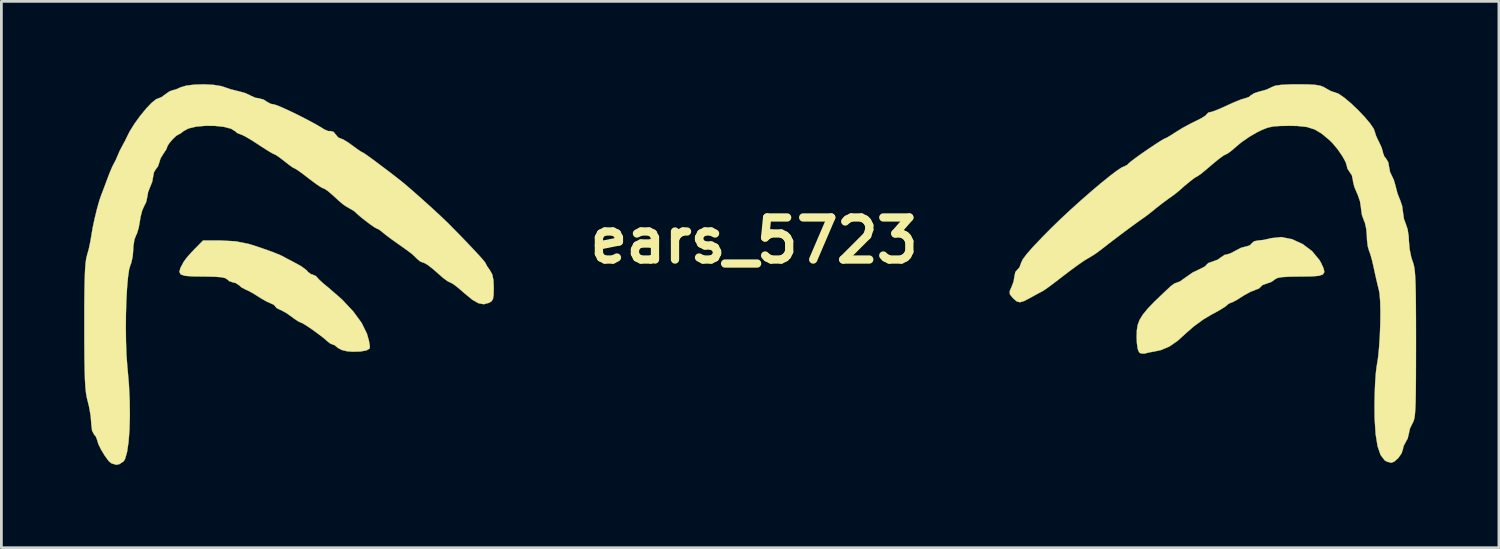
<source format=kicad_pcb>
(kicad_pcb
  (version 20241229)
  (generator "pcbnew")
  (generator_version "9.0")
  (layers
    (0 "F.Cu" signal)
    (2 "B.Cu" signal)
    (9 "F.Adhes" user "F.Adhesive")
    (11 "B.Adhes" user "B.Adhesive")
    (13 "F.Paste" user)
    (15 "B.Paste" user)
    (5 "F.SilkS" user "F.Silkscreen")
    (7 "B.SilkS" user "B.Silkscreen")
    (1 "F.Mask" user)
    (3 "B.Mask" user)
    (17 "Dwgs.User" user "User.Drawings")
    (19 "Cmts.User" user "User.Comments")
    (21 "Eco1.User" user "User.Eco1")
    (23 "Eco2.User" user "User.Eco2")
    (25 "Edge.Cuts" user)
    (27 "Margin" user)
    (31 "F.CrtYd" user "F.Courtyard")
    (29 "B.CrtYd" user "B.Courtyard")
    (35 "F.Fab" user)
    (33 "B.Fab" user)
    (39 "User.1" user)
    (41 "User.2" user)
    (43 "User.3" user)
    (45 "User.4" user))
  (footprint "ears_5723"
    (layer "F.Cu")
    (at 24.277 5.665)
    (property "Reference" "ears_5723" (at 0 0 0) (layer "F.SilkS") (effects (font (size 1.524 1.524) (thickness 0.3))))
    (attr through_hole)
    (fp_poly (pts (xy -18.792 0.029) (xy -18.325 0.121) (xy -18.221 0.152) (xy -17.766 0.303) (xy -17.399 0.435) (xy -17.142 0.542) (xy -17.054 0.587) (xy -16.914 0.664) (xy -16.728 0.759) (xy -16.728 0.759) (xy -16.406 0.936) (xy -16.212 1.082) (xy -16.162 1.143) (xy -16.047 1.226) (xy -16.002 1.234) (xy -15.877 1.289) (xy -15.842 1.33) (xy -15.757 1.423) (xy -15.595 1.57) (xy -15.421 1.712) (xy -14.933 2.137) (xy -14.528 2.568) (xy -14.222 2.986) (xy -14.033 3.37) (xy -14.028 3.385) (xy -13.959 3.628) (xy -13.925 3.82) (xy -13.931 3.914) (xy -14.045 3.982) (xy -14.263 4.022) (xy -14.545 4.03) (xy -14.745 4.015) (xy -14.945 3.967) (xy -15.087 3.89) (xy -15.098 3.879) (xy -15.209 3.789) (xy -15.261 3.774) (xy -15.369 3.728) (xy -15.452 3.662) (xy -15.591 3.541) (xy -15.788 3.39) (xy -16.005 3.232) (xy -16.208 3.094) (xy -16.361 3.001) (xy -16.422 2.975) (xy -16.515 2.934) (xy -16.673 2.829) (xy -16.754 2.767) (xy -16.952 2.628) (xy -17.133 2.528) (xy -17.181 2.509) (xy -17.308 2.446) (xy -17.345 2.395) (xy -17.405 2.328) (xy -17.508 2.282) (xy -17.665 2.212) (xy -17.875 2.092) (xy -17.973 2.03) (xy -18.18 1.901) (xy -18.361 1.806) (xy -18.42 1.782) (xy -18.585 1.693) (xy -18.653 1.63) (xy -18.792 1.539) (xy -18.869 1.524) (xy -19.021 1.472) (xy -19.086 1.415) (xy -19.163 1.364) (xy -19.307 1.331) (xy -19.544 1.313) (xy -19.898 1.306) (xy -19.968 1.306) (xy -20.364 1.301) (xy -20.63 1.279) (xy -20.779 1.228) (xy -20.828 1.137) (xy -20.789 0.994) (xy -20.679 0.787) (xy -20.662 0.759) (xy -20.563 0.626) (xy -20.401 0.441) (xy -20.271 0.305) (xy -19.969 0) (xy -19.333 0) (xy -18.792 0.029)) (stroke (width 0.01) (type solid)) (fill yes) (layer "F.SilkS"))
    (fp_poly (pts (xy 19.493 -0.047) (xy 19.876 0.128) (xy 20.218 0.385) (xy 20.486 0.708) (xy 20.545 0.812) (xy 20.635 1.007) (xy 20.664 1.142) (xy 20.614 1.23) (xy 20.469 1.279) (xy 20.214 1.301) (xy 19.831 1.306) (xy 19.787 1.306) (xy 19.398 1.311) (xy 19.132 1.327) (xy 18.967 1.357) (xy 18.88 1.403) (xy 18.872 1.41) (xy 18.741 1.502) (xy 18.573 1.561) (xy 18.423 1.614) (xy 18.361 1.674) (xy 18.361 1.674) (xy 18.299 1.737) (xy 18.166 1.788) (xy 17.99 1.858) (xy 17.767 1.979) (xy 17.666 2.043) (xy 17.477 2.162) (xy 17.333 2.237) (xy 17.289 2.25) (xy 17.184 2.299) (xy 17.142 2.341) (xy 17.043 2.416) (xy 16.853 2.533) (xy 16.61 2.666) (xy 16.575 2.683) (xy 16.261 2.872) (xy 15.929 3.115) (xy 15.68 3.333) (xy 15.342 3.639) (xy 15.045 3.843) (xy 14.751 3.967) (xy 14.525 4.018) (xy 14.315 4.056) (xy 14.159 4.095) (xy 14.138 4.102) (xy 14.006 4.09) (xy 13.95 4.051) (xy 13.9 3.929) (xy 13.869 3.7) (xy 13.861 3.48) (xy 13.869 3.255) (xy 13.9 3.06) (xy 13.968 2.877) (xy 14.085 2.686) (xy 14.265 2.467) (xy 14.521 2.202) (xy 14.866 1.872) (xy 15.103 1.651) (xy 15.238 1.554) (xy 15.325 1.524) (xy 15.441 1.479) (xy 15.543 1.403) (xy 15.896 1.157) (xy 16.202 1.011) (xy 16.344 0.935) (xy 16.401 0.87) (xy 16.464 0.814) (xy 16.614 0.763) (xy 16.614 0.763) (xy 16.798 0.695) (xy 16.913 0.612) (xy 17.047 0.522) (xy 17.118 0.508) (xy 17.255 0.469) (xy 17.434 0.375) (xy 17.453 0.363) (xy 17.645 0.264) (xy 17.816 0.219) (xy 17.827 0.218) (xy 17.97 0.173) (xy 18.024 0.109) (xy 18.12 0.028) (xy 18.259 0) (xy 18.458 -0.021) (xy 18.697 -0.074) (xy 18.737 -0.085) (xy 19.102 -0.124) (xy 19.493 -0.047)) (stroke (width 0.01) (type solid)) (fill yes) (layer "F.SilkS"))
    (fp_poly (pts (xy 20.072 -5.656) (xy 20.331 -5.641) (xy 20.51 -5.611) (xy 20.644 -5.56) (xy 20.719 -5.515) (xy 20.892 -5.418) (xy 21.027 -5.371) (xy 21.038 -5.371) (xy 21.18 -5.318) (xy 21.385 -5.176) (xy 21.627 -4.973) (xy 21.881 -4.732) (xy 22.121 -4.48) (xy 22.321 -4.243) (xy 22.455 -4.046) (xy 22.497 -3.925) (xy 22.529 -3.816) (xy 22.609 -3.638) (xy 22.642 -3.575) (xy 22.734 -3.377) (xy 22.784 -3.216) (xy 22.787 -3.185) (xy 22.839 -3.04) (xy 22.896 -2.975) (xy 22.979 -2.838) (xy 23.005 -2.692) (xy 23.043 -2.487) (xy 23.104 -2.357) (xy 23.184 -2.188) (xy 23.247 -1.967) (xy 23.252 -1.944) (xy 23.315 -1.701) (xy 23.402 -1.481) (xy 23.407 -1.473) (xy 23.483 -1.252) (xy 23.515 -1.016) (xy 23.548 -0.783) (xy 23.622 -0.581) (xy 23.681 -0.406) (xy 23.72 -0.155) (xy 23.728 0.017) (xy 23.754 0.316) (xy 23.815 0.614) (xy 23.858 0.742) (xy 23.891 0.836) (xy 23.918 0.949) (xy 23.94 1.097) (xy 23.956 1.294) (xy 23.968 1.555) (xy 23.976 1.897) (xy 23.981 2.335) (xy 23.984 2.883) (xy 23.985 3.558) (xy 23.985 3.741) (xy 23.984 4.443) (xy 23.982 5.015) (xy 23.978 5.47) (xy 23.972 5.825) (xy 23.962 6.094) (xy 23.947 6.29) (xy 23.929 6.429) (xy 23.904 6.526) (xy 23.874 6.596) (xy 23.858 6.623) (xy 23.765 6.815) (xy 23.729 6.982) (xy 23.683 7.175) (xy 23.62 7.289) (xy 23.535 7.449) (xy 23.513 7.552) (xy 23.463 7.712) (xy 23.343 7.883) (xy 23.196 8.014) (xy 23.086 8.055) (xy 22.924 8.011) (xy 22.848 7.965) (xy 22.702 7.772) (xy 22.593 7.457) (xy 22.522 7.015) (xy 22.485 6.44) (xy 22.481 5.987) (xy 22.488 5.57) (xy 22.504 5.173) (xy 22.527 4.833) (xy 22.555 4.589) (xy 22.564 4.536) (xy 22.61 4.247) (xy 22.647 3.872) (xy 22.675 3.445) (xy 22.691 3.002) (xy 22.695 2.577) (xy 22.687 2.206) (xy 22.664 1.924) (xy 22.644 1.814) (xy 22.583 1.565) (xy 22.511 1.25) (xy 22.456 0.995) (xy 22.394 0.724) (xy 22.33 0.496) (xy 22.281 0.365) (xy 22.238 0.215) (xy 22.21 -0.016) (xy 22.204 -0.159) (xy 22.183 -0.417) (xy 22.133 -0.643) (xy 22.098 -0.726) (xy 22.026 -0.924) (xy 21.992 -1.162) (xy 21.992 -1.18) (xy 21.954 -1.427) (xy 21.863 -1.684) (xy 21.844 -1.723) (xy 21.75 -1.943) (xy 21.701 -2.148) (xy 21.699 -2.185) (xy 21.66 -2.364) (xy 21.59 -2.467) (xy 21.497 -2.609) (xy 21.481 -2.69) (xy 21.435 -2.843) (xy 21.315 -3.06) (xy 21.148 -3.302) (xy 20.96 -3.528) (xy 20.852 -3.635) (xy 20.569 -3.872) (xy 20.309 -4.026) (xy 20.027 -4.114) (xy 19.678 -4.151) (xy 19.386 -4.156) (xy 19.044 -4.15) (xy 18.797 -4.13) (xy 18.599 -4.085) (xy 18.4 -4.006) (xy 18.242 -3.929) (xy 17.95 -3.761) (xy 17.657 -3.558) (xy 17.483 -3.413) (xy 17.302 -3.256) (xy 17.157 -3.15) (xy 17.093 -3.121) (xy 17.007 -3.076) (xy 16.843 -2.956) (xy 16.633 -2.785) (xy 16.559 -2.721) (xy 16.344 -2.538) (xy 16.17 -2.399) (xy 16.066 -2.327) (xy 16.052 -2.321) (xy 15.969 -2.275) (xy 15.809 -2.153) (xy 15.598 -1.979) (xy 15.385 -1.791) (xy 15.256 -1.687) (xy 15.072 -1.552) (xy 15.022 -1.518) (xy 14.797 -1.353) (xy 14.558 -1.166) (xy 14.509 -1.125) (xy 14.311 -0.965) (xy 14.128 -0.83) (xy 14.082 -0.798) (xy 13.933 -0.694) (xy 13.702 -0.526) (xy 13.423 -0.32) (xy 13.13 -0.099) (xy 12.856 0.11) (xy 12.634 0.283) (xy 12.572 0.332) (xy 12.353 0.492) (xy 12.128 0.631) (xy 12.1 0.645) (xy 11.947 0.739) (xy 11.715 0.9) (xy 11.439 1.103) (xy 11.212 1.276) (xy 10.941 1.485) (xy 10.705 1.662) (xy 10.53 1.787) (xy 10.45 1.837) (xy 10.325 1.902) (xy 10.131 2.008) (xy 10.022 2.069) (xy 9.786 2.193) (xy 9.63 2.238) (xy 9.511 2.205) (xy 9.386 2.094) (xy 9.373 2.08) (xy 9.269 1.951) (xy 9.259 1.842) (xy 9.323 1.699) (xy 9.403 1.486) (xy 9.434 1.296) (xy 9.467 1.14) (xy 9.533 1.066) (xy 9.616 0.974) (xy 9.675 0.813) (xy 9.733 0.686) (xy 9.876 0.494) (xy 10.109 0.229) (xy 10.439 -0.118) (xy 10.753 -0.435) (xy 11.094 -0.767) (xy 11.464 -1.112) (xy 11.845 -1.455) (xy 12.22 -1.783) (xy 12.573 -2.081) (xy 12.887 -2.335) (xy 13.143 -2.529) (xy 13.326 -2.65) (xy 13.411 -2.685) (xy 13.512 -2.735) (xy 13.566 -2.788) (xy 13.655 -2.865) (xy 13.828 -2.995) (xy 14.054 -3.157) (xy 14.302 -3.328) (xy 14.542 -3.488) (xy 14.742 -3.616) (xy 14.871 -3.691) (xy 14.9 -3.701) (xy 14.979 -3.739) (xy 15.137 -3.835) (xy 15.267 -3.92) (xy 15.527 -4.08) (xy 15.833 -4.245) (xy 15.997 -4.325) (xy 16.209 -4.432) (xy 16.356 -4.526) (xy 16.401 -4.577) (xy 16.46 -4.637) (xy 16.507 -4.645) (xy 16.619 -4.674) (xy 16.823 -4.753) (xy 17.078 -4.866) (xy 17.148 -4.899) (xy 17.412 -5.018) (xy 17.635 -5.107) (xy 17.777 -5.15) (xy 17.795 -5.153) (xy 17.936 -5.204) (xy 17.991 -5.254) (xy 18.116 -5.334) (xy 18.31 -5.399) (xy 18.341 -5.405) (xy 18.563 -5.467) (xy 18.743 -5.55) (xy 18.754 -5.558) (xy 18.884 -5.61) (xy 19.11 -5.642) (xy 19.451 -5.658) (xy 19.701 -5.66) (xy 20.072 -5.656)) (stroke (width 0.01) (type solid)) (fill yes) (layer "F.SilkS"))
    (fp_poly (pts (xy -19.595 -5.641) (xy -19.315 -5.596) (xy -19.211 -5.563) (xy -18.975 -5.482) (xy -18.714 -5.416) (xy -18.691 -5.412) (xy -18.465 -5.351) (xy -18.28 -5.27) (xy -18.257 -5.255) (xy -18.075 -5.173) (xy -17.95 -5.153) (xy -17.77 -5.105) (xy -17.682 -5.044) (xy -17.52 -4.953) (xy -17.417 -4.935) (xy -17.302 -4.902) (xy -17.091 -4.815) (xy -16.815 -4.688) (xy -16.504 -4.537) (xy -16.19 -4.376) (xy -15.903 -4.222) (xy -15.675 -4.089) (xy -15.584 -4.03) (xy -15.436 -3.965) (xy -15.346 -3.966) (xy -15.243 -3.939) (xy -15.17 -3.852) (xy -15.071 -3.734) (xy -14.994 -3.701) (xy -14.887 -3.66) (xy -14.712 -3.552) (xy -14.565 -3.447) (xy -14.378 -3.31) (xy -14.24 -3.217) (xy -14.189 -3.193) (xy -14.119 -3.152) (xy -13.961 -3.04) (xy -13.739 -2.879) (xy -13.481 -2.685) (xy -13.211 -2.481) (xy -12.955 -2.283) (xy -12.74 -2.113) (xy -12.627 -2.02) (xy -12.354 -1.784) (xy -12.038 -1.505) (xy -11.714 -1.213) (xy -11.414 -0.937) (xy -11.172 -0.708) (xy -11.072 -0.61) (xy -10.712 -0.245) (xy -10.388 0.09) (xy -10.114 0.38) (xy -9.903 0.61) (xy -9.769 0.766) (xy -9.725 0.833) (xy -9.684 0.92) (xy -9.585 1.061) (xy -9.579 1.069) (xy -9.49 1.227) (xy -9.445 1.44) (xy -9.434 1.717) (xy -9.44 1.973) (xy -9.464 2.124) (xy -9.521 2.208) (xy -9.61 2.26) (xy -9.797 2.309) (xy -9.99 2.273) (xy -10.217 2.143) (xy -10.502 1.907) (xy -10.523 1.889) (xy -10.727 1.713) (xy -10.896 1.583) (xy -10.997 1.526) (xy -11.004 1.525) (xy -11.102 1.479) (xy -11.259 1.364) (xy -11.347 1.288) (xy -11.631 1.039) (xy -11.831 0.883) (xy -11.961 0.809) (xy -12.009 0.798) (xy -12.116 0.75) (xy -12.207 0.671) (xy -12.31 0.567) (xy -12.423 0.469) (xy -12.58 0.351) (xy -12.812 0.186) (xy -12.921 0.11) (xy -13.152 -0.055) (xy -13.354 -0.207) (xy -13.467 -0.3) (xy -13.597 -0.4) (xy -13.677 -0.435) (xy -13.756 -0.477) (xy -13.907 -0.582) (xy -14.091 -0.721) (xy -14.269 -0.863) (xy -14.402 -0.979) (xy -14.442 -1.021) (xy -14.527 -1.086) (xy -14.655 -1.16) (xy -14.785 -1.234) (xy -14.906 -1.318) (xy -15.053 -1.443) (xy -15.265 -1.638) (xy -15.28 -1.651) (xy -15.443 -1.79) (xy -15.57 -1.875) (xy -15.606 -1.887) (xy -15.693 -1.929) (xy -15.861 -2.041) (xy -16.078 -2.201) (xy -16.14 -2.25) (xy -16.361 -2.419) (xy -16.538 -2.546) (xy -16.641 -2.609) (xy -16.653 -2.613) (xy -16.732 -2.655) (xy -16.884 -2.765) (xy -17.013 -2.867) (xy -17.194 -3.007) (xy -17.33 -3.099) (xy -17.378 -3.121) (xy -17.459 -3.158) (xy -17.629 -3.26) (xy -17.859 -3.406) (xy -17.975 -3.483) (xy -18.227 -3.645) (xy -18.44 -3.77) (xy -18.581 -3.839) (xy -18.612 -3.846) (xy -18.735 -3.897) (xy -18.79 -3.948) (xy -18.952 -4.05) (xy -19.216 -4.119) (xy -19.542 -4.154) (xy -19.891 -4.156) (xy -20.224 -4.125) (xy -20.499 -4.059) (xy -20.671 -3.966) (xy -20.789 -3.874) (xy -20.849 -3.846) (xy -20.936 -3.796) (xy -21.064 -3.676) (xy -21.186 -3.535) (xy -21.258 -3.423) (xy -21.263 -3.401) (xy -21.305 -3.295) (xy -21.405 -3.145) (xy -21.409 -3.14) (xy -21.511 -2.972) (xy -21.554 -2.829) (xy -21.606 -2.678) (xy -21.663 -2.613) (xy -21.747 -2.474) (xy -21.774 -2.332) (xy -21.813 -2.12) (xy -21.88 -1.959) (xy -21.96 -1.756) (xy -21.987 -1.595) (xy -22.031 -1.391) (xy -22.101 -1.251) (xy -22.175 -1.086) (xy -22.236 -0.846) (xy -22.257 -0.709) (xy -22.301 -0.461) (xy -22.363 -0.255) (xy -22.399 -0.183) (xy -22.457 -0.028) (xy -22.493 0.204) (xy -22.498 0.325) (xy -22.519 0.583) (xy -22.571 0.814) (xy -22.601 0.887) (xy -22.649 1.054) (xy -22.69 1.341) (xy -22.723 1.721) (xy -22.748 2.171) (xy -22.763 2.663) (xy -22.767 3.172) (xy -22.761 3.674) (xy -22.744 4.142) (xy -22.714 4.551) (xy -22.708 4.608) (xy -22.657 5.196) (xy -22.628 5.78) (xy -22.621 6.341) (xy -22.635 6.855) (xy -22.669 7.303) (xy -22.722 7.662) (xy -22.793 7.912) (xy -22.845 8.001) (xy -23 8.104) (xy -23.114 8.128) (xy -23.288 8.075) (xy -23.381 8.001) (xy -23.523 7.81) (xy -23.658 7.588) (xy -23.761 7.383) (xy -23.803 7.243) (xy -23.803 7.239) (xy -23.855 7.103) (xy -23.912 7.039) (xy -23.99 6.894) (xy -24.021 6.641) (xy -24.021 6.61) (xy -24.043 6.346) (xy -24.098 6.03) (xy -24.145 5.839) (xy -24.181 5.695) (xy -24.21 5.529) (xy -24.232 5.322) (xy -24.248 5.057) (xy -24.259 4.716) (xy -24.267 4.283) (xy -24.271 3.738) (xy -24.272 3.121) (xy -24.272 2.428) (xy -24.267 1.866) (xy -24.259 1.421) (xy -24.245 1.08) (xy -24.227 0.827) (xy -24.202 0.649) (xy -24.176 0.544) (xy -24.107 0.296) (xy -24.045 -0.004) (xy -24.023 -0.145) (xy -23.973 -0.442) (xy -23.898 -0.794) (xy -23.812 -1.148) (xy -23.726 -1.453) (xy -23.664 -1.633) (xy -23.608 -1.777) (xy -23.523 -2.003) (xy -23.445 -2.213) (xy -23.351 -2.459) (xy -23.266 -2.66) (xy -23.217 -2.758) (xy -23.132 -2.918) (xy -23.108 -2.975) (xy -22.99 -3.249) (xy -22.87 -3.477) (xy -22.866 -3.483) (xy -22.779 -3.644) (xy -22.754 -3.701) (xy -22.627 -3.955) (xy -22.449 -4.239) (xy -22.242 -4.524) (xy -22.027 -4.785) (xy -21.827 -4.994) (xy -21.664 -5.123) (xy -21.583 -5.152) (xy -21.475 -5.196) (xy -21.336 -5.298) (xy -21.189 -5.402) (xy -21.079 -5.443) (xy -20.956 -5.474) (xy -20.783 -5.55) (xy -20.782 -5.551) (xy -20.575 -5.613) (xy -20.274 -5.649) (xy -19.931 -5.659) (xy -19.595 -5.641)) (stroke (width 0.01) (type solid)) (fill yes) (layer "F.SilkS")))
  (gr_rect
    (start -3 -3)
    (end 51.267 16.798)
    (stroke (width 0.1) (type default))
    (fill no)
    (layer "Edge.Cuts")))
</source>
